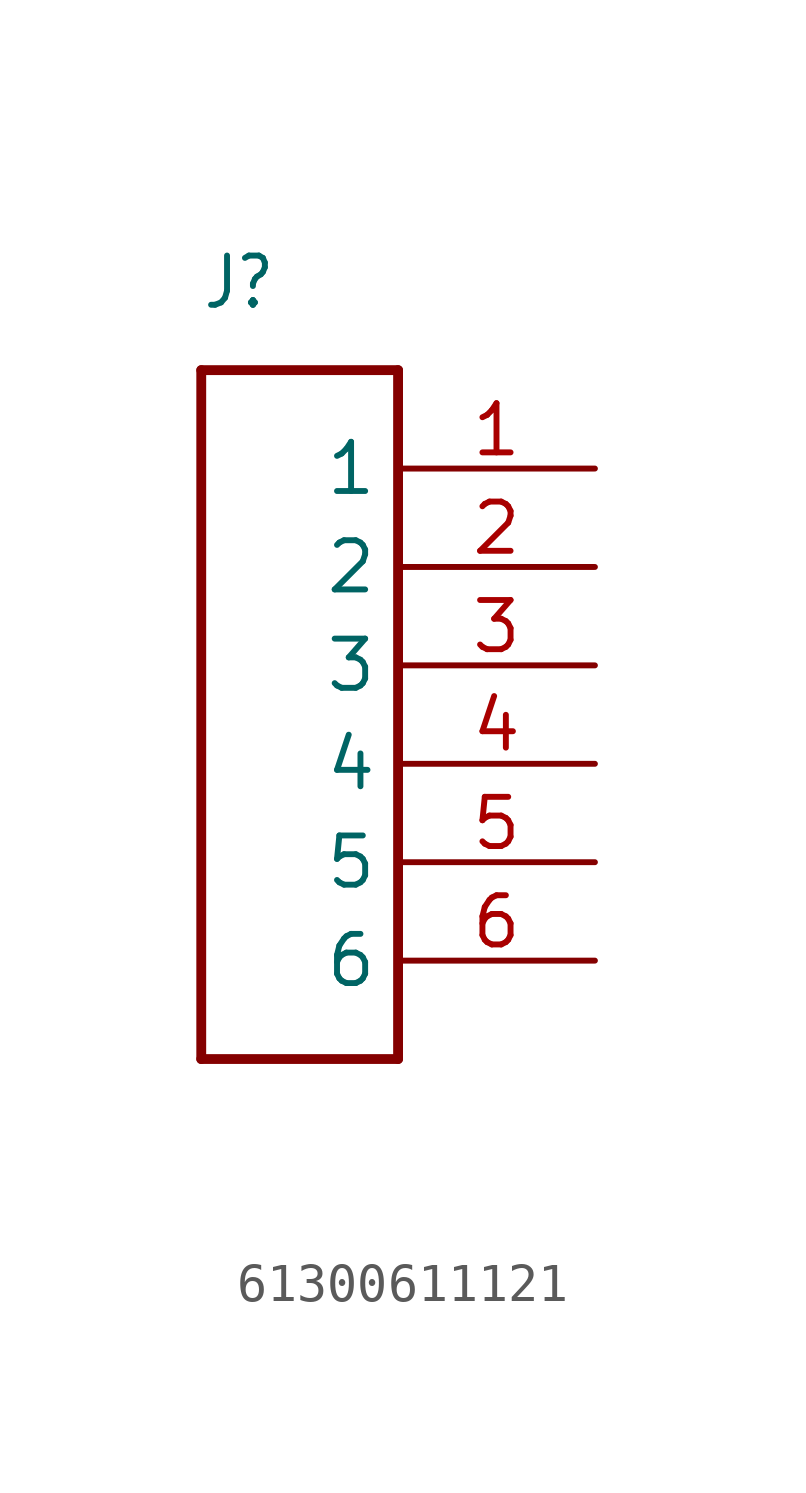
<source format=kicad_sym>
(kicad_symbol_lib
  (version 20220914)
  (generator kicad_symbol_editor)
  (symbol "61300611121"
    (property "Reference" "J"
      (at -2.54 9.144 0)
      (effects (font (size 1.27 1.079)) (justify left bottom)))
    (property "Value" ""
      (at -2.54 -12.7 0)
      (effects (font (size 1.27 1.079)) (justify left bottom)))
    (property "ki_locked" ""
      (at 0 0 0)
      (effects (font (size 1.27 1.27))))
    (symbol "61300611121_1_0"
      (polyline (pts (xy -2.54 -10.16) (xy -2.54 7.62)) (stroke (width 0.254) (type solid)) (fill (type none)))
      (polyline (pts (xy -2.54 7.62) (xy 2.54 7.62)) (stroke (width 0.254) (type solid)) (fill (type none)))
      (polyline (pts (xy 2.54 -10.16) (xy -2.54 -10.16)) (stroke (width 0.254) (type solid)) (fill (type none)))
      (polyline (pts (xy 2.54 7.62) (xy 2.54 -10.16)) (stroke (width 0.254) (type solid)) (fill (type none)))
      (pin passive line (at 7.62 5.08 180) (length 5.08) (name "1" (effects (font (size 1.27 1.27)))) (number "1" (effects (font (size 1.27 1.27)))))
      (pin passive line (at 7.62 2.54 180) (length 5.08) (name "2" (effects (font (size 1.27 1.27)))) (number "2" (effects (font (size 1.27 1.27)))))
      (pin passive line (at 7.62 0 180) (length 5.08) (name "3" (effects (font (size 1.27 1.27)))) (number "3" (effects (font (size 1.27 1.27)))))
      (pin passive line (at 7.62 -2.54 180) (length 5.08) (name "4" (effects (font (size 1.27 1.27)))) (number "4" (effects (font (size 1.27 1.27)))))
      (pin passive line (at 7.62 -5.08 180) (length 5.08) (name "5" (effects (font (size 1.27 1.27)))) (number "5" (effects (font (size 1.27 1.27)))))
      (pin passive line (at 7.62 -7.62 180) (length 5.08) (name "6" (effects (font (size 1.27 1.27)))) (number "6" (effects (font (size 1.27 1.27))))))))
</source>
